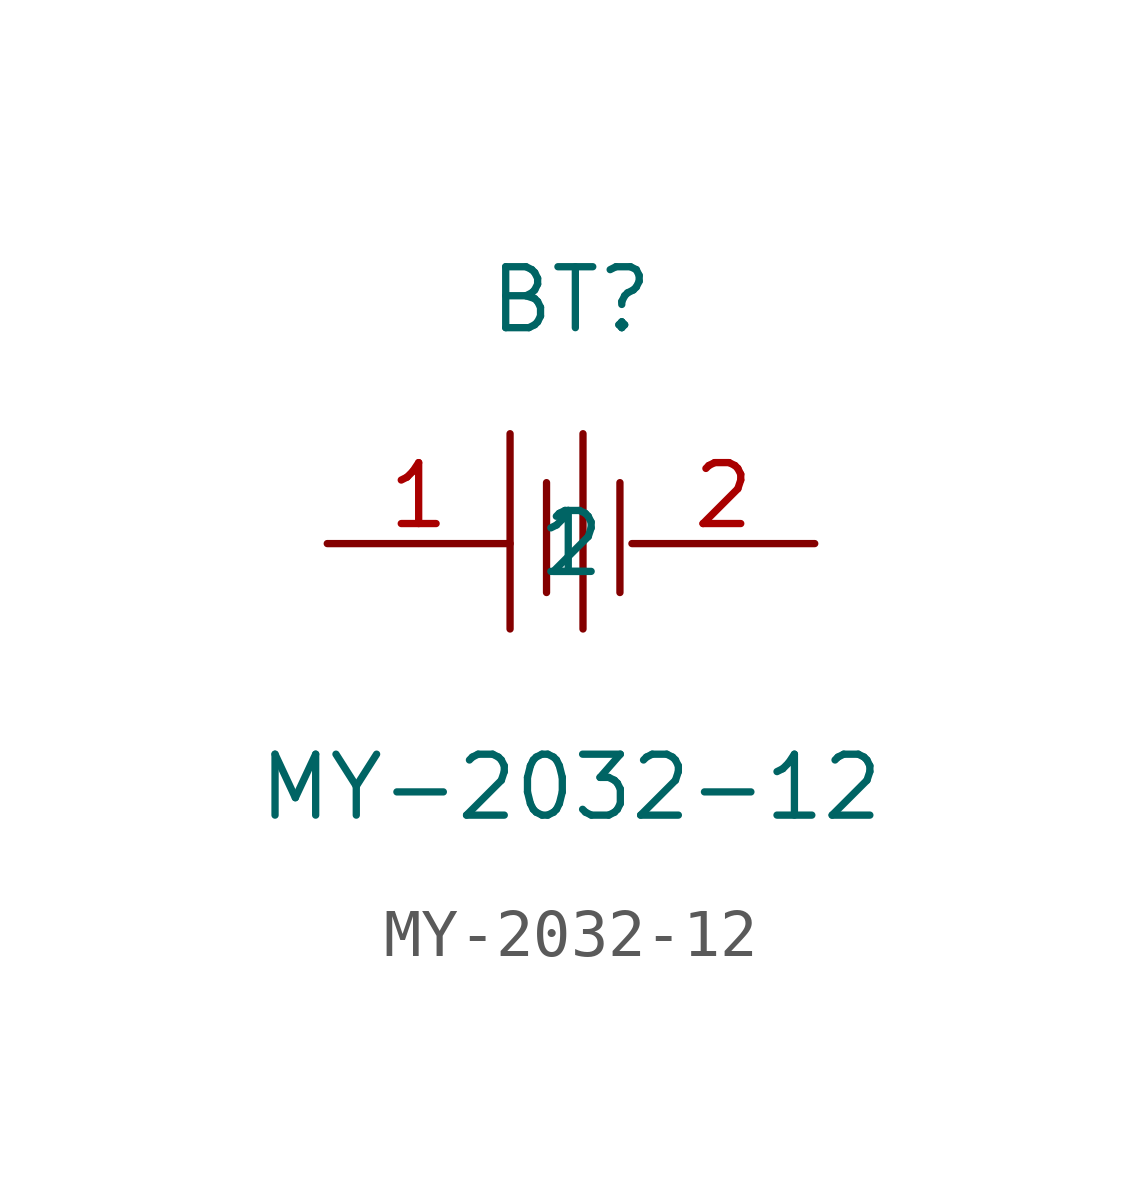
<source format=kicad_sym>
(kicad_symbol_lib
  (version 20211014)
  (generator https://github.com/uPesy/easyeda2kicad.py)
  (symbol "MY-2032-12"
    (property "Reference" "BT"
      (at 0 5.08 0)
      (effects (font (size 1.27 1.27))))
    (property "Value" "MY-2032-12"
      (at 0 -5.08 0)
      (effects (font (size 1.27 1.27))))
    (symbol "MY-2032-12_0_1"
      (polyline (pts (xy -1.27 2.29) (xy -1.27 -1.78)) (stroke (width 0) (type default) (color 0 0 0 0)) (fill (type none)))
      (polyline (pts (xy -0.51 1.27) (xy -0.51 -1.02)) (stroke (width 0) (type default) (color 0 0 0 0)) (fill (type none)))
      (polyline (pts (xy 0.25 2.29) (xy 0.25 -1.78)) (stroke (width 0) (type default) (color 0 0 0 0)) (fill (type none)))
      (polyline (pts (xy 1.02 1.27) (xy 1.02 -1.02)) (stroke (width 0) (type default) (color 0 0 0 0)) (fill (type none)))
      (pin input line (at -5.08 -0.00 0) (length 3.81) (name "1" (effects (font (size 1.27 1.27)))) (number "1" (effects (font (size 1.27 1.27)))))
      (pin input line (at 5.08 -0.00 180) (length 3.81) (name "2" (effects (font (size 1.27 1.27)))) (number "2" (effects (font (size 1.27 1.27))))))))
</source>
